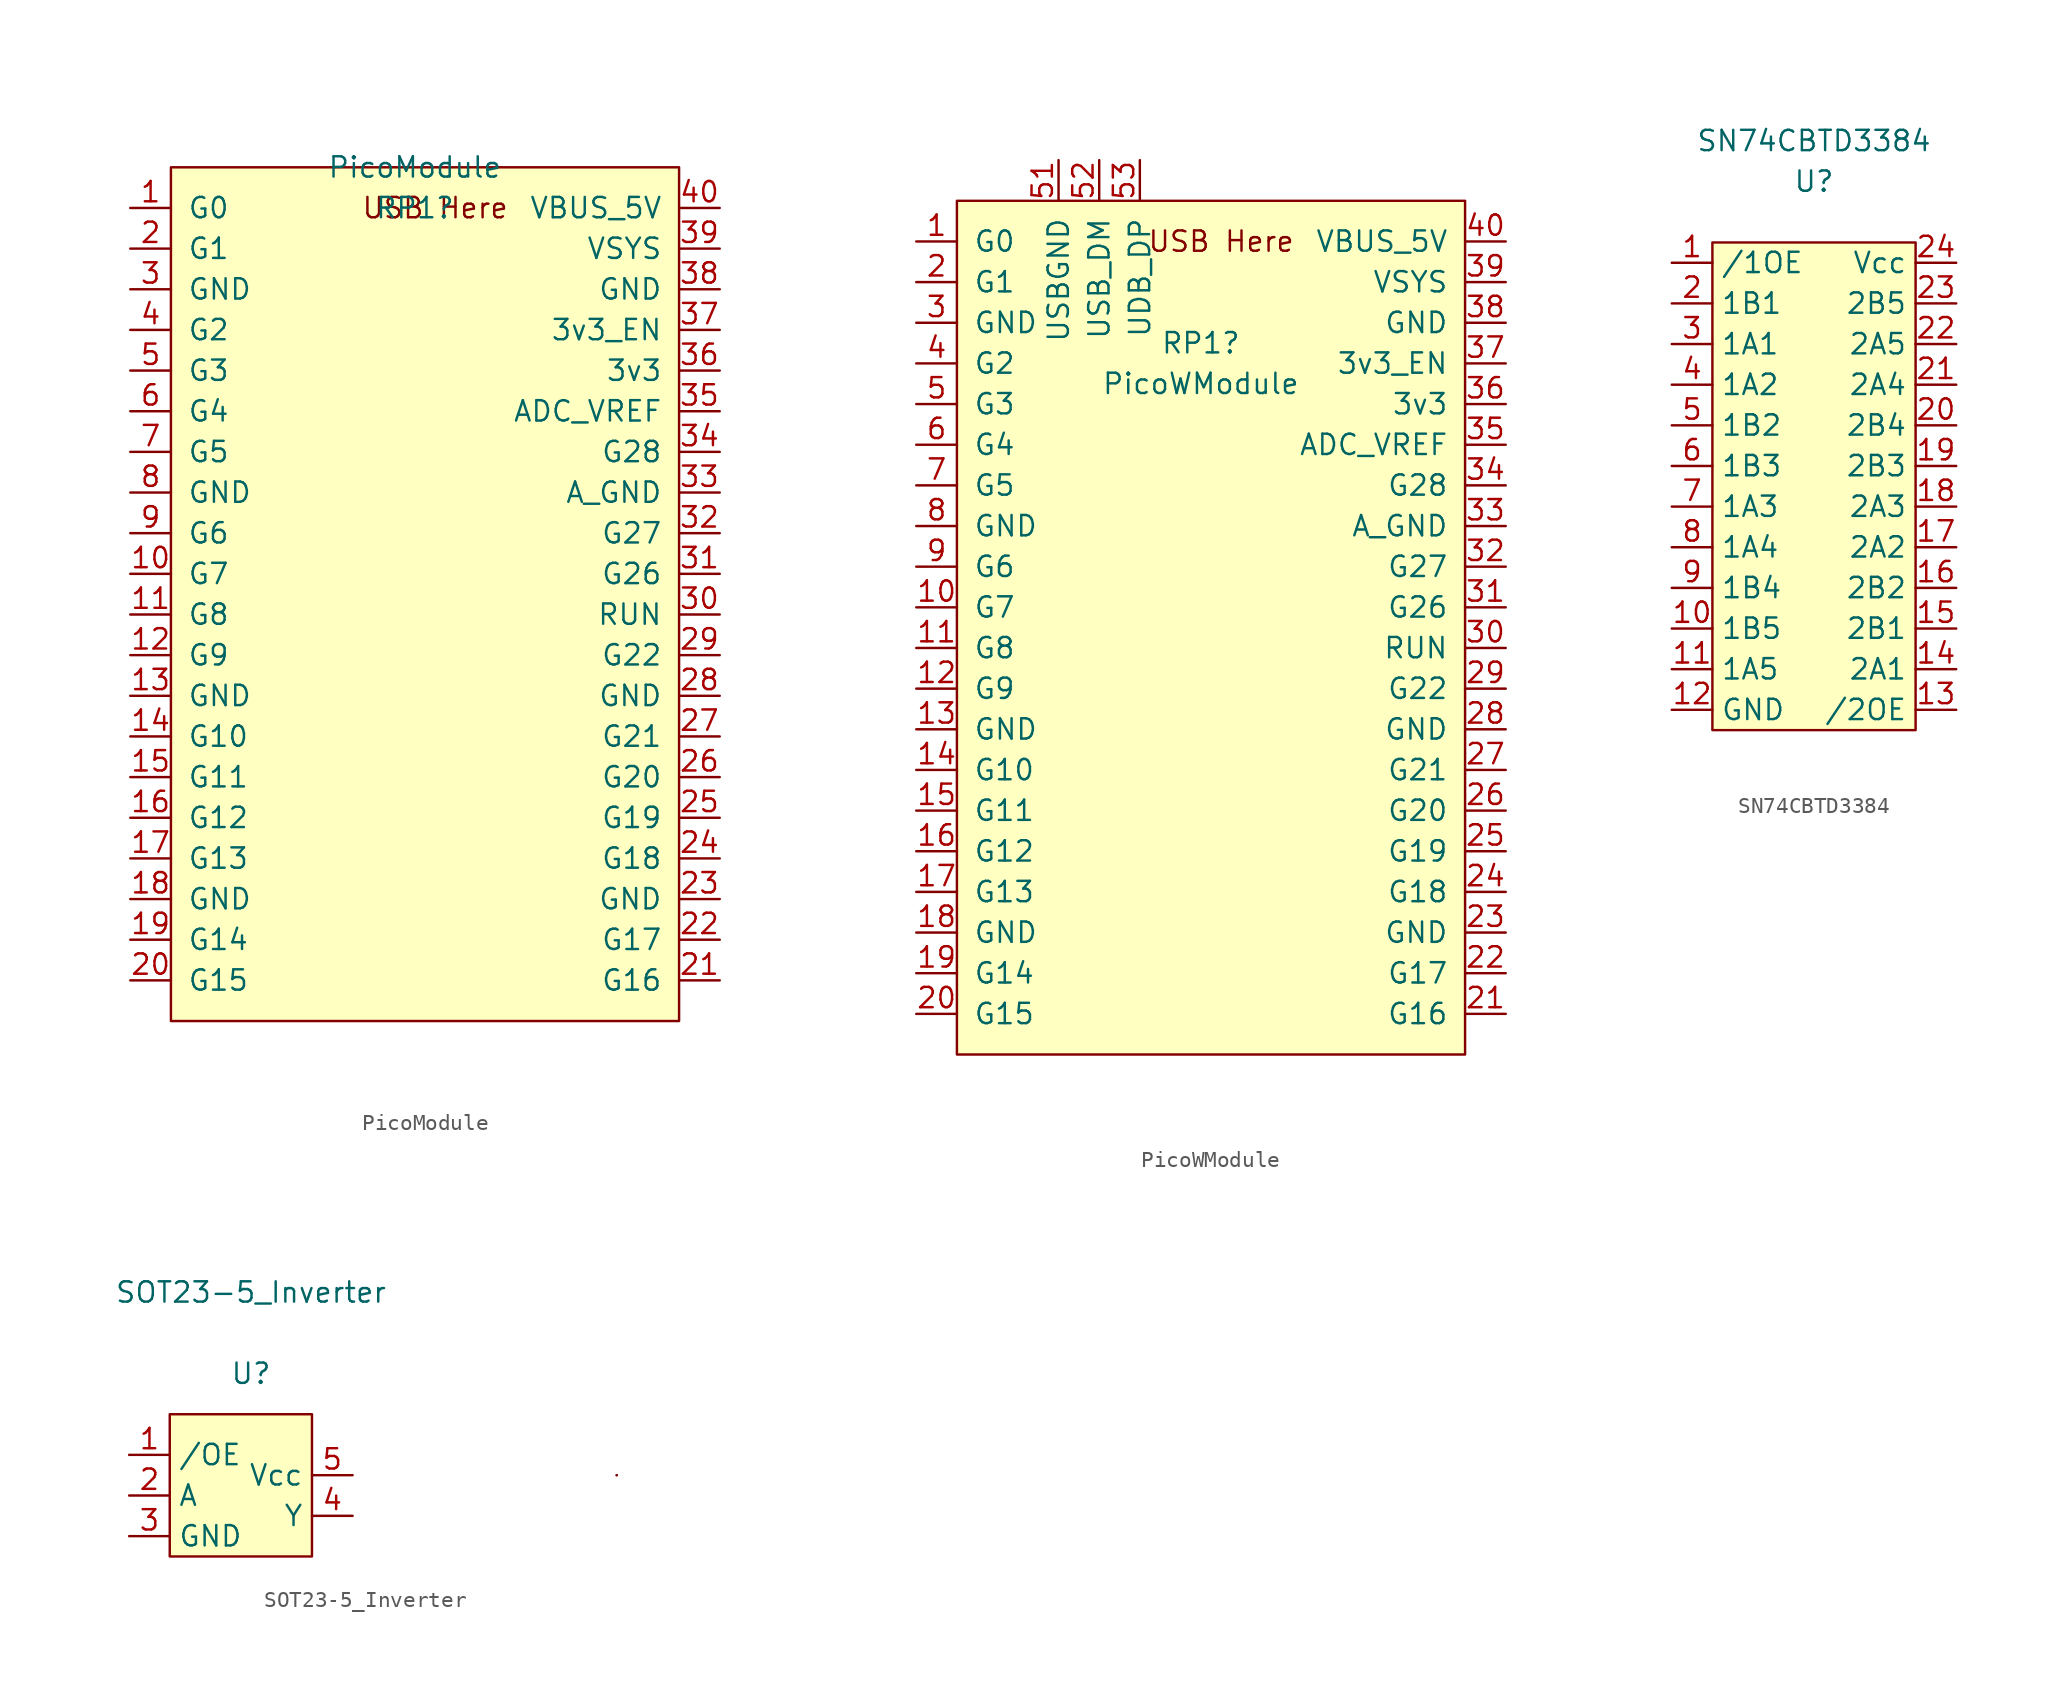
<source format=kicad_sym>
(kicad_symbol_lib
  (version 20211014)
  (generator kicad_symbol_editor)
  (symbol "PicoModule"
    (pin_names
      (offset 1.016))
    (property "Reference" "RP1"
      (at 0 -3.81 0)
      (effects (font (size 1.27 1.27))))
    (property "Value" "PicoModule"
      (at 0 -1.27 0)
      (effects (font (size 1.27 1.27))))
    (symbol "PicoModule_0_0"
      (text "USB Here" (at 1.27 -3.81 0) (effects (font (size 1.27 1.27)))))
    (symbol "PicoModule_0_1"
      (rectangle (start 16.51 -1.27) (end -15.24 -54.61) (stroke (width 0) (type default) (color 0 0 0 0)) (fill (type background))))
    (symbol "PicoModule_1_1"
      (pin bidirectional line (at -17.78 -3.81 0) (length 2.54) (name "G0" (effects (font (size 1.27 1.27)))) (number "1" (effects (font (size 1.27 1.27)))))
      (pin bidirectional line (at -17.78 -26.67 0) (length 2.54) (name "G7" (effects (font (size 1.27 1.27)))) (number "10" (effects (font (size 1.27 1.27)))))
      (pin bidirectional line (at -17.78 -29.21 0) (length 2.54) (name "G8" (effects (font (size 1.27 1.27)))) (number "11" (effects (font (size 1.27 1.27)))))
      (pin bidirectional line (at -17.78 -31.75 0) (length 2.54) (name "G9" (effects (font (size 1.27 1.27)))) (number "12" (effects (font (size 1.27 1.27)))))
      (pin bidirectional line (at -17.78 -34.29 0) (length 2.54) (name "GND" (effects (font (size 1.27 1.27)))) (number "13" (effects (font (size 1.27 1.27)))))
      (pin bidirectional line (at -17.78 -36.83 0) (length 2.54) (name "G10" (effects (font (size 1.27 1.27)))) (number "14" (effects (font (size 1.27 1.27)))))
      (pin bidirectional line (at -17.78 -39.37 0) (length 2.54) (name "G11" (effects (font (size 1.27 1.27)))) (number "15" (effects (font (size 1.27 1.27)))))
      (pin bidirectional line (at -17.78 -41.91 0) (length 2.54) (name "G12" (effects (font (size 1.27 1.27)))) (number "16" (effects (font (size 1.27 1.27)))))
      (pin bidirectional line (at -17.78 -44.45 0) (length 2.54) (name "G13" (effects (font (size 1.27 1.27)))) (number "17" (effects (font (size 1.27 1.27)))))
      (pin power_in line (at -17.78 -46.99 0) (length 2.54) (name "GND" (effects (font (size 1.27 1.27)))) (number "18" (effects (font (size 1.27 1.27)))))
      (pin power_in line (at -17.78 -49.53 0) (length 2.54) (name "G14" (effects (font (size 1.27 1.27)))) (number "19" (effects (font (size 1.27 1.27)))))
      (pin bidirectional line (at -17.78 -6.35 0) (length 2.54) (name "G1" (effects (font (size 1.27 1.27)))) (number "2" (effects (font (size 1.27 1.27)))))
      (pin power_in line (at -17.78 -52.07 0) (length 2.54) (name "G15" (effects (font (size 1.27 1.27)))) (number "20" (effects (font (size 1.27 1.27)))))
      (pin power_in line (at 19.05 -52.07 180) (length 2.54) (name "G16" (effects (font (size 1.27 1.27)))) (number "21" (effects (font (size 1.27 1.27)))))
      (pin bidirectional line (at 19.05 -49.53 180) (length 2.54) (name "G17" (effects (font (size 1.27 1.27)))) (number "22" (effects (font (size 1.27 1.27)))))
      (pin bidirectional line (at 19.05 -46.99 180) (length 2.54) (name "GND" (effects (font (size 1.27 1.27)))) (number "23" (effects (font (size 1.27 1.27)))))
      (pin bidirectional line (at 19.05 -44.45 180) (length 2.54) (name "G18" (effects (font (size 1.27 1.27)))) (number "24" (effects (font (size 1.27 1.27)))))
      (pin input line (at 19.05 -41.91 180) (length 2.54) (name "G19" (effects (font (size 1.27 1.27)))) (number "25" (effects (font (size 1.27 1.27)))))
      (pin bidirectional line (at 19.05 -39.37 180) (length 2.54) (name "G20" (effects (font (size 1.27 1.27)))) (number "26" (effects (font (size 1.27 1.27)))))
      (pin bidirectional line (at 19.05 -36.83 180) (length 2.54) (name "G21" (effects (font (size 1.27 1.27)))) (number "27" (effects (font (size 1.27 1.27)))))
      (pin bidirectional line (at 19.05 -34.29 180) (length 2.54) (name "GND" (effects (font (size 1.27 1.27)))) (number "28" (effects (font (size 1.27 1.27)))))
      (pin bidirectional line (at 19.05 -31.75 180) (length 2.54) (name "G22" (effects (font (size 1.27 1.27)))) (number "29" (effects (font (size 1.27 1.27)))))
      (pin bidirectional line (at -17.78 -8.89 0) (length 2.54) (name "GND" (effects (font (size 1.27 1.27)))) (number "3" (effects (font (size 1.27 1.27)))))
      (pin bidirectional line (at 19.05 -29.21 180) (length 2.54) (name "RUN" (effects (font (size 1.27 1.27)))) (number "30" (effects (font (size 1.27 1.27)))))
      (pin bidirectional line (at 19.05 -26.67 180) (length 2.54) (name "G26" (effects (font (size 1.27 1.27)))) (number "31" (effects (font (size 1.27 1.27)))))
      (pin bidirectional line (at 19.05 -24.13 180) (length 2.54) (name "G27" (effects (font (size 1.27 1.27)))) (number "32" (effects (font (size 1.27 1.27)))))
      (pin bidirectional line (at 19.05 -21.59 180) (length 2.54) (name "A_GND" (effects (font (size 1.27 1.27)))) (number "33" (effects (font (size 1.27 1.27)))))
      (pin bidirectional line (at 19.05 -19.05 180) (length 2.54) (name "G28" (effects (font (size 1.27 1.27)))) (number "34" (effects (font (size 1.27 1.27)))))
      (pin bidirectional line (at 19.05 -16.51 180) (length 2.54) (name "ADC_VREF" (effects (font (size 1.27 1.27)))) (number "35" (effects (font (size 1.27 1.27)))))
      (pin bidirectional line (at 19.05 -13.97 180) (length 2.54) (name "3v3" (effects (font (size 1.27 1.27)))) (number "36" (effects (font (size 1.27 1.27)))))
      (pin bidirectional line (at 19.05 -11.43 180) (length 2.54) (name "3v3_EN" (effects (font (size 1.27 1.27)))) (number "37" (effects (font (size 1.27 1.27)))))
      (pin power_in line (at 19.05 -8.89 180) (length 2.54) (name "GND" (effects (font (size 1.27 1.27)))) (number "38" (effects (font (size 1.27 1.27)))))
      (pin power_in line (at 19.05 -6.35 180) (length 2.54) (name "VSYS" (effects (font (size 1.27 1.27)))) (number "39" (effects (font (size 1.27 1.27)))))
      (pin bidirectional line (at -17.78 -11.43 0) (length 2.54) (name "G2" (effects (font (size 1.27 1.27)))) (number "4" (effects (font (size 1.27 1.27)))))
      (pin power_in line (at 19.05 -3.81 180) (length 2.54) (name "VBUS_5V" (effects (font (size 1.27 1.27)))) (number "40" (effects (font (size 1.27 1.27)))))
      (pin bidirectional line (at -17.78 -13.97 0) (length 2.54) (name "G3" (effects (font (size 1.27 1.27)))) (number "5" (effects (font (size 1.27 1.27)))))
      (pin bidirectional line (at -17.78 -16.51 0) (length 2.54) (name "G4" (effects (font (size 1.27 1.27)))) (number "6" (effects (font (size 1.27 1.27)))))
      (pin bidirectional line (at -17.78 -19.05 0) (length 2.54) (name "G5" (effects (font (size 1.27 1.27)))) (number "7" (effects (font (size 1.27 1.27)))))
      (pin bidirectional line (at -17.78 -21.59 0) (length 2.54) (name "GND" (effects (font (size 1.27 1.27)))) (number "8" (effects (font (size 1.27 1.27)))))
      (pin bidirectional line (at -17.78 -24.13 0) (length 2.54) (name "G6" (effects (font (size 1.27 1.27)))) (number "9" (effects (font (size 1.27 1.27)))))))
  (symbol "PicoWModule"
    (pin_names
      (offset 1.016))
    (property "Reference" "RP1"
      (at 0 -10.16 0)
      (effects (font (size 1.27 1.27))))
    (property "Value" "PicoWModule"
      (at 0 -12.7 0)
      (effects (font (size 1.27 1.27))))
    (symbol "PicoWModule_0_0"
      (text "USB Here" (at 1.27 -3.81 0) (effects (font (size 1.27 1.27)))))
    (symbol "PicoWModule_0_1"
      (rectangle (start 16.51 -1.27) (end -15.24 -54.61) (stroke (width 0) (type default) (color 0 0 0 0)) (fill (type background))))
    (symbol "PicoWModule_1_1"
      (pin bidirectional line (at -17.78 -3.81 0) (length 2.54) (name "G0" (effects (font (size 1.27 1.27)))) (number "1" (effects (font (size 1.27 1.27)))))
      (pin bidirectional line (at -17.78 -26.67 0) (length 2.54) (name "G7" (effects (font (size 1.27 1.27)))) (number "10" (effects (font (size 1.27 1.27)))))
      (pin bidirectional line (at -17.78 -29.21 0) (length 2.54) (name "G8" (effects (font (size 1.27 1.27)))) (number "11" (effects (font (size 1.27 1.27)))))
      (pin bidirectional line (at -17.78 -31.75 0) (length 2.54) (name "G9" (effects (font (size 1.27 1.27)))) (number "12" (effects (font (size 1.27 1.27)))))
      (pin bidirectional line (at -17.78 -34.29 0) (length 2.54) (name "GND" (effects (font (size 1.27 1.27)))) (number "13" (effects (font (size 1.27 1.27)))))
      (pin bidirectional line (at -17.78 -36.83 0) (length 2.54) (name "G10" (effects (font (size 1.27 1.27)))) (number "14" (effects (font (size 1.27 1.27)))))
      (pin bidirectional line (at -17.78 -39.37 0) (length 2.54) (name "G11" (effects (font (size 1.27 1.27)))) (number "15" (effects (font (size 1.27 1.27)))))
      (pin bidirectional line (at -17.78 -41.91 0) (length 2.54) (name "G12" (effects (font (size 1.27 1.27)))) (number "16" (effects (font (size 1.27 1.27)))))
      (pin bidirectional line (at -17.78 -44.45 0) (length 2.54) (name "G13" (effects (font (size 1.27 1.27)))) (number "17" (effects (font (size 1.27 1.27)))))
      (pin power_in line (at -17.78 -46.99 0) (length 2.54) (name "GND" (effects (font (size 1.27 1.27)))) (number "18" (effects (font (size 1.27 1.27)))))
      (pin power_in line (at -17.78 -49.53 0) (length 2.54) (name "G14" (effects (font (size 1.27 1.27)))) (number "19" (effects (font (size 1.27 1.27)))))
      (pin bidirectional line (at -17.78 -6.35 0) (length 2.54) (name "G1" (effects (font (size 1.27 1.27)))) (number "2" (effects (font (size 1.27 1.27)))))
      (pin power_in line (at -17.78 -52.07 0) (length 2.54) (name "G15" (effects (font (size 1.27 1.27)))) (number "20" (effects (font (size 1.27 1.27)))))
      (pin power_in line (at 19.05 -52.07 180) (length 2.54) (name "G16" (effects (font (size 1.27 1.27)))) (number "21" (effects (font (size 1.27 1.27)))))
      (pin bidirectional line (at 19.05 -49.53 180) (length 2.54) (name "G17" (effects (font (size 1.27 1.27)))) (number "22" (effects (font (size 1.27 1.27)))))
      (pin bidirectional line (at 19.05 -46.99 180) (length 2.54) (name "GND" (effects (font (size 1.27 1.27)))) (number "23" (effects (font (size 1.27 1.27)))))
      (pin bidirectional line (at 19.05 -44.45 180) (length 2.54) (name "G18" (effects (font (size 1.27 1.27)))) (number "24" (effects (font (size 1.27 1.27)))))
      (pin input line (at 19.05 -41.91 180) (length 2.54) (name "G19" (effects (font (size 1.27 1.27)))) (number "25" (effects (font (size 1.27 1.27)))))
      (pin bidirectional line (at 19.05 -39.37 180) (length 2.54) (name "G20" (effects (font (size 1.27 1.27)))) (number "26" (effects (font (size 1.27 1.27)))))
      (pin bidirectional line (at 19.05 -36.83 180) (length 2.54) (name "G21" (effects (font (size 1.27 1.27)))) (number "27" (effects (font (size 1.27 1.27)))))
      (pin bidirectional line (at 19.05 -34.29 180) (length 2.54) (name "GND" (effects (font (size 1.27 1.27)))) (number "28" (effects (font (size 1.27 1.27)))))
      (pin bidirectional line (at 19.05 -31.75 180) (length 2.54) (name "G22" (effects (font (size 1.27 1.27)))) (number "29" (effects (font (size 1.27 1.27)))))
      (pin bidirectional line (at -17.78 -8.89 0) (length 2.54) (name "GND" (effects (font (size 1.27 1.27)))) (number "3" (effects (font (size 1.27 1.27)))))
      (pin bidirectional line (at 19.05 -29.21 180) (length 2.54) (name "RUN" (effects (font (size 1.27 1.27)))) (number "30" (effects (font (size 1.27 1.27)))))
      (pin bidirectional line (at 19.05 -26.67 180) (length 2.54) (name "G26" (effects (font (size 1.27 1.27)))) (number "31" (effects (font (size 1.27 1.27)))))
      (pin bidirectional line (at 19.05 -24.13 180) (length 2.54) (name "G27" (effects (font (size 1.27 1.27)))) (number "32" (effects (font (size 1.27 1.27)))))
      (pin bidirectional line (at 19.05 -21.59 180) (length 2.54) (name "A_GND" (effects (font (size 1.27 1.27)))) (number "33" (effects (font (size 1.27 1.27)))))
      (pin bidirectional line (at 19.05 -19.05 180) (length 2.54) (name "G28" (effects (font (size 1.27 1.27)))) (number "34" (effects (font (size 1.27 1.27)))))
      (pin bidirectional line (at 19.05 -16.51 180) (length 2.54) (name "ADC_VREF" (effects (font (size 1.27 1.27)))) (number "35" (effects (font (size 1.27 1.27)))))
      (pin bidirectional line (at 19.05 -13.97 180) (length 2.54) (name "3v3" (effects (font (size 1.27 1.27)))) (number "36" (effects (font (size 1.27 1.27)))))
      (pin bidirectional line (at 19.05 -11.43 180) (length 2.54) (name "3v3_EN" (effects (font (size 1.27 1.27)))) (number "37" (effects (font (size 1.27 1.27)))))
      (pin power_in line (at 19.05 -8.89 180) (length 2.54) (name "GND" (effects (font (size 1.27 1.27)))) (number "38" (effects (font (size 1.27 1.27)))))
      (pin power_in line (at 19.05 -6.35 180) (length 2.54) (name "VSYS" (effects (font (size 1.27 1.27)))) (number "39" (effects (font (size 1.27 1.27)))))
      (pin bidirectional line (at -17.78 -11.43 0) (length 2.54) (name "G2" (effects (font (size 1.27 1.27)))) (number "4" (effects (font (size 1.27 1.27)))))
      (pin power_in line (at 19.05 -3.81 180) (length 2.54) (name "VBUS_5V" (effects (font (size 1.27 1.27)))) (number "40" (effects (font (size 1.27 1.27)))))
      (pin bidirectional line (at -17.78 -13.97 0) (length 2.54) (name "G3" (effects (font (size 1.27 1.27)))) (number "5" (effects (font (size 1.27 1.27)))))
      (pin input line (at -8.89 1.27 270) (length 2.54) (name "USBGND" (effects (font (size 1.27 1.27)))) (number "51" (effects (font (size 1.27 1.27)))))
      (pin input line (at -6.35 1.27 270) (length 2.54) (name "USB_DM" (effects (font (size 1.27 1.27)))) (number "52" (effects (font (size 1.27 1.27)))))
      (pin input line (at -3.81 1.27 270) (length 2.54) (name "UDB_DP" (effects (font (size 1.27 1.27)))) (number "53" (effects (font (size 1.27 1.27)))))
      (pin bidirectional line (at -17.78 -16.51 0) (length 2.54) (name "G4" (effects (font (size 1.27 1.27)))) (number "6" (effects (font (size 1.27 1.27)))))
      (pin bidirectional line (at -17.78 -19.05 0) (length 2.54) (name "G5" (effects (font (size 1.27 1.27)))) (number "7" (effects (font (size 1.27 1.27)))))
      (pin bidirectional line (at -17.78 -21.59 0) (length 2.54) (name "GND" (effects (font (size 1.27 1.27)))) (number "8" (effects (font (size 1.27 1.27)))))
      (pin bidirectional line (at -17.78 -24.13 0) (length 2.54) (name "G6" (effects (font (size 1.27 1.27)))) (number "9" (effects (font (size 1.27 1.27)))))))
  (symbol "SN74CBTD3384"
    (property "Reference" "U"
      (at 0 0 0)
      (effects (font (size 1.27 1.27))))
    (property "Value" "SN74CBTD3384"
      (at 0 2.54 0)
      (effects (font (size 1.27 1.27))))
    (symbol "SN74CBTD3384_0_1"
      (rectangle (start 6.35 -3.81) (end -6.35 -34.29) (stroke (width 0) (type default) (color 0 0 0 0)) (fill (type background))))
    (symbol "SN74CBTD3384_1_1"
      (pin input line (at -8.89 -5.08 0) (length 2.54) (name "/1OE" (effects (font (size 1.27 1.27)))) (number "1" (effects (font (size 1.27 1.27)))))
      (pin input line (at -8.89 -27.94 0) (length 2.54) (name "1B5" (effects (font (size 1.27 1.27)))) (number "10" (effects (font (size 1.27 1.27)))))
      (pin input line (at -8.89 -30.48 0) (length 2.54) (name "1A5" (effects (font (size 1.27 1.27)))) (number "11" (effects (font (size 1.27 1.27)))))
      (pin input line (at -8.89 -33.02 0) (length 2.54) (name "GND" (effects (font (size 1.27 1.27)))) (number "12" (effects (font (size 1.27 1.27)))))
      (pin input line (at 8.89 -33.02 180) (length 2.54) (name "/2OE" (effects (font (size 1.27 1.27)))) (number "13" (effects (font (size 1.27 1.27)))))
      (pin input line (at 8.89 -30.48 180) (length 2.54) (name "2A1" (effects (font (size 1.27 1.27)))) (number "14" (effects (font (size 1.27 1.27)))))
      (pin input line (at 8.89 -27.94 180) (length 2.54) (name "2B1" (effects (font (size 1.27 1.27)))) (number "15" (effects (font (size 1.27 1.27)))))
      (pin input line (at 8.89 -25.4 180) (length 2.54) (name "2B2" (effects (font (size 1.27 1.27)))) (number "16" (effects (font (size 1.27 1.27)))))
      (pin input line (at 8.89 -22.86 180) (length 2.54) (name "2A2" (effects (font (size 1.27 1.27)))) (number "17" (effects (font (size 1.27 1.27)))))
      (pin input line (at 8.89 -20.32 180) (length 2.54) (name "2A3" (effects (font (size 1.27 1.27)))) (number "18" (effects (font (size 1.27 1.27)))))
      (pin input line (at 8.89 -17.78 180) (length 2.54) (name "2B3" (effects (font (size 1.27 1.27)))) (number "19" (effects (font (size 1.27 1.27)))))
      (pin input line (at -8.89 -7.62 0) (length 2.54) (name "1B1" (effects (font (size 1.27 1.27)))) (number "2" (effects (font (size 1.27 1.27)))))
      (pin input line (at 8.89 -15.24 180) (length 2.54) (name "2B4" (effects (font (size 1.27 1.27)))) (number "20" (effects (font (size 1.27 1.27)))))
      (pin input line (at 8.89 -12.7 180) (length 2.54) (name "2A4" (effects (font (size 1.27 1.27)))) (number "21" (effects (font (size 1.27 1.27)))))
      (pin input line (at 8.89 -10.16 180) (length 2.54) (name "2A5" (effects (font (size 1.27 1.27)))) (number "22" (effects (font (size 1.27 1.27)))))
      (pin input line (at 8.89 -7.62 180) (length 2.54) (name "2B5" (effects (font (size 1.27 1.27)))) (number "23" (effects (font (size 1.27 1.27)))))
      (pin input line (at 8.89 -5.08 180) (length 2.54) (name "Vcc" (effects (font (size 1.27 1.27)))) (number "24" (effects (font (size 1.27 1.27)))))
      (pin input line (at -8.89 -10.16 0) (length 2.54) (name "1A1" (effects (font (size 1.27 1.27)))) (number "3" (effects (font (size 1.27 1.27)))))
      (pin input line (at -8.89 -12.7 0) (length 2.54) (name "1A2" (effects (font (size 1.27 1.27)))) (number "4" (effects (font (size 1.27 1.27)))))
      (pin input line (at -8.89 -15.24 0) (length 2.54) (name "1B2" (effects (font (size 1.27 1.27)))) (number "5" (effects (font (size 1.27 1.27)))))
      (pin input line (at -8.89 -17.78 0) (length 2.54) (name "1B3" (effects (font (size 1.27 1.27)))) (number "6" (effects (font (size 1.27 1.27)))))
      (pin input line (at -8.89 -20.32 0) (length 2.54) (name "1A3" (effects (font (size 1.27 1.27)))) (number "7" (effects (font (size 1.27 1.27)))))
      (pin input line (at -8.89 -22.86 0) (length 2.54) (name "1A4" (effects (font (size 1.27 1.27)))) (number "8" (effects (font (size 1.27 1.27)))))
      (pin input line (at -8.89 -25.4 0) (length 2.54) (name "1B4" (effects (font (size 1.27 1.27)))) (number "9" (effects (font (size 1.27 1.27)))))))
  (symbol "SOT23-5_Inverter"
    (property "Reference" "U"
      (at 0 0 0)
      (effects (font (size 1.27 1.27))))
    (property "Value" "SOT23-5_Inverter"
      (at 0 5.08 0)
      (effects (font (size 1.27 1.27))))
    (symbol "SOT23-5_Inverter_0_1"
      (rectangle (start 3.81 -2.54) (end -5.08 -11.43) (stroke (width 0) (type default) (color 0 0 0 0)) (fill (type background)))
      (rectangle (start 22.86 -6.35) (end 22.86 -6.35) (stroke (width 0) (type default) (color 0 0 0 0)) (fill (type none)))
      (rectangle (start 22.86 -6.35) (end 22.86 -6.35) (stroke (width 0) (type default) (color 0 0 0 0)) (fill (type none))))
    (symbol "SOT23-5_Inverter_1_1"
      (pin input line (at -7.62 -5.08 0) (length 2.54) (name "/OE" (effects (font (size 1.27 1.27)))) (number "1" (effects (font (size 1.27 1.27)))))
      (pin input line (at -7.62 -7.62 0) (length 2.54) (name "A" (effects (font (size 1.27 1.27)))) (number "2" (effects (font (size 1.27 1.27)))))
      (pin input line (at -7.62 -10.16 0) (length 2.54) (name "GND" (effects (font (size 1.27 1.27)))) (number "3" (effects (font (size 1.27 1.27)))))
      (pin input line (at 6.35 -8.89 180) (length 2.54) (name "Y" (effects (font (size 1.27 1.27)))) (number "4" (effects (font (size 1.27 1.27)))))
      (pin input line (at 6.35 -6.35 180) (length 2.54) (name "Vcc" (effects (font (size 1.27 1.27)))) (number "5" (effects (font (size 1.27 1.27))))))))
</source>
